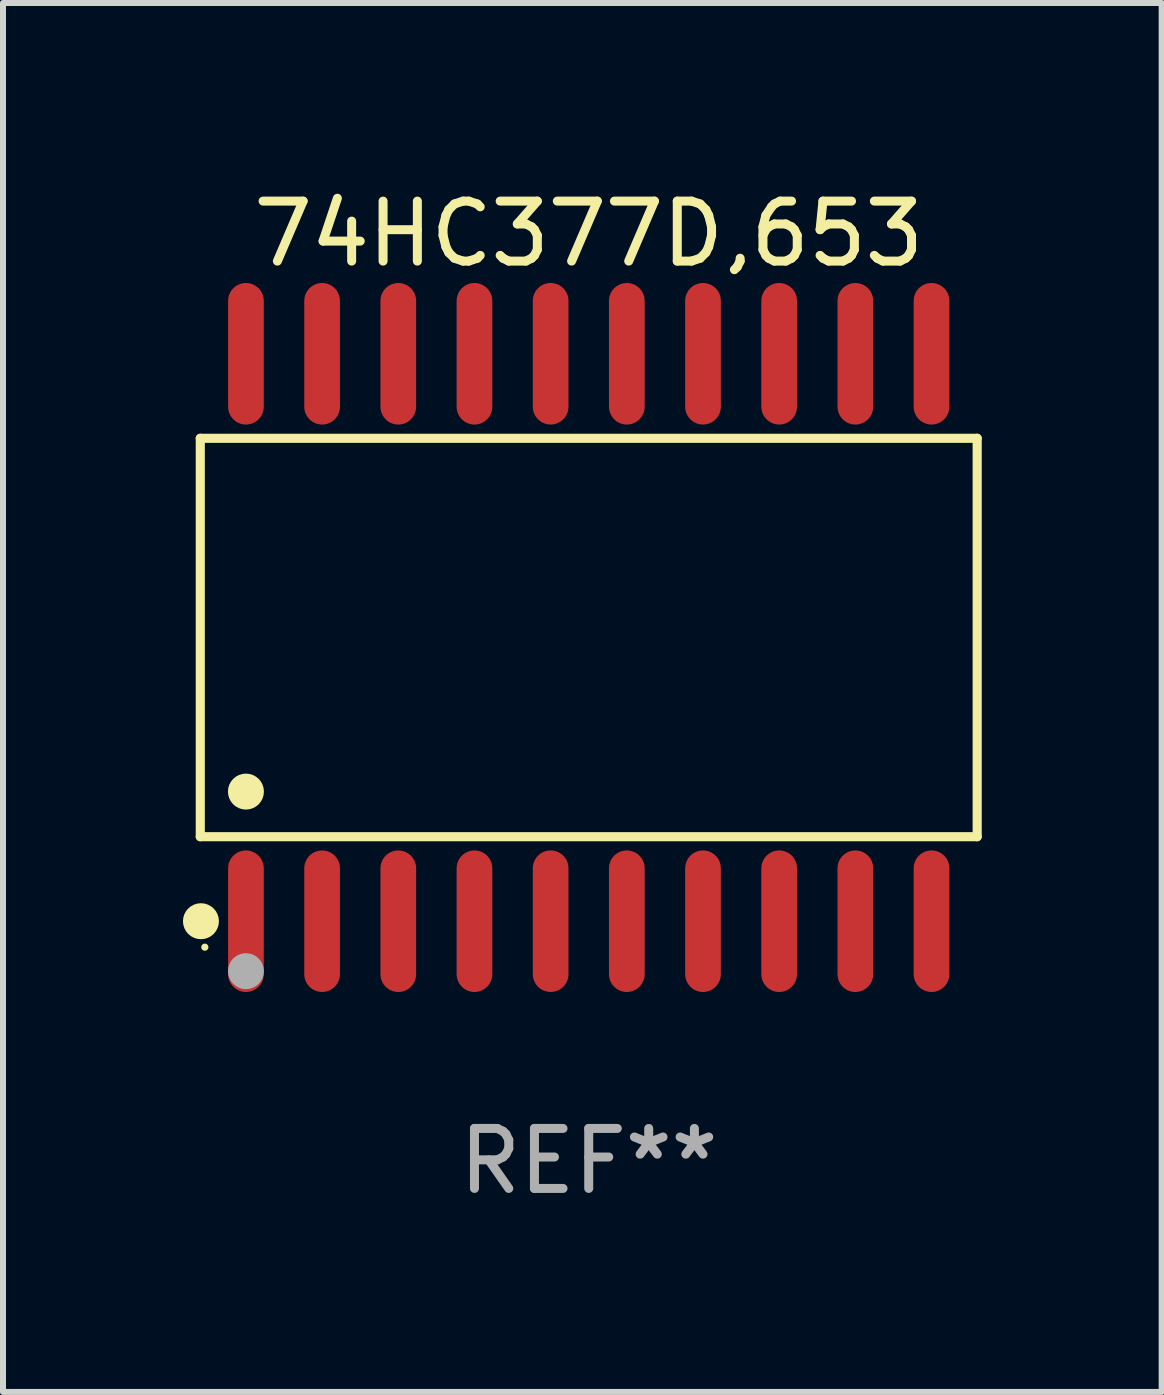
<source format=kicad_pcb>
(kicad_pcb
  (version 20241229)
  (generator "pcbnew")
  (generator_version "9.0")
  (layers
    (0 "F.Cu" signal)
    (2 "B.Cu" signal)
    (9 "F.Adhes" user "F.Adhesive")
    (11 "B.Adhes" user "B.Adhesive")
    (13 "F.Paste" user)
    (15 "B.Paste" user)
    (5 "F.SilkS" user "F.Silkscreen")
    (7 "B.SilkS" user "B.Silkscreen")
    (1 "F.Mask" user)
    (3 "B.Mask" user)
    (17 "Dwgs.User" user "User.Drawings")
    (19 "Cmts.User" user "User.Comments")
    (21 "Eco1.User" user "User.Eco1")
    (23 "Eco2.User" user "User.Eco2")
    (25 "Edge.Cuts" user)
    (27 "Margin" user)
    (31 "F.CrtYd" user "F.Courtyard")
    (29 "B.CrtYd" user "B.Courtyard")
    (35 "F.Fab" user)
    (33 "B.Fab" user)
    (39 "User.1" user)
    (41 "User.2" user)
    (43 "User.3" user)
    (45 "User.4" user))
  (footprint "74HC377D,653"
    (layer "F.Cu")
    (at 6.765 7.578)
    (property "Reference" "74HC377D,653" (at 0 -6.73 0) (layer "F.SilkS") (effects (font (size 1 1) (thickness 0.15))))
    (attr through_hole)
    (fp_line (start -6.476 -3.321) (end 6.476 -3.321) (stroke (width 0.152) (type solid)) (layer "F.SilkS"))
    (fp_line (start -6.476 3.321) (end -6.476 -3.321) (stroke (width 0.152) (type solid)) (layer "F.SilkS"))
    (fp_line (start 6.476 -3.321) (end 6.476 3.321) (stroke (width 0.152) (type solid)) (layer "F.SilkS"))
    (fp_line (start 6.476 3.321) (end -6.476 3.321) (stroke (width 0.152) (type solid)) (layer "F.SilkS"))
    (fp_circle (center -6.465 4.73) (end -6.315 4.73) (stroke (width 0.3) (type solid)) (fill no) (layer "F.SilkS"))
    (fp_circle (center -6.4 5.163) (end -6.37 5.163) (stroke (width 0.06) (type solid)) (fill no) (layer "F.SilkS"))
    (fp_circle (center -5.715 2.569) (end -5.565 2.569) (stroke (width 0.3) (type solid)) (fill no) (layer "F.SilkS"))
    (fp_circle (center -5.715 5.563) (end -5.565 5.563) (stroke (width 0.3) (type solid)) (fill no) (layer "F.Fab"))
    (fp_text user "REF**" (at 0 8.73 0) (layer "F.Fab") (effects (font (size 1 1) (thickness 0.15))))
    (pad "1" smd oval (at -5.715 4.73) (size 0.595 2.36) (layers "F.Cu" "F.Mask" "F.Paste"))
    (pad "2" smd oval (at -4.445 4.73) (size 0.595 2.36) (layers "F.Cu" "F.Mask" "F.Paste"))
    (pad "3" smd oval (at -3.175 4.73) (size 0.595 2.36) (layers "F.Cu" "F.Mask" "F.Paste"))
    (pad "4" smd oval (at -1.905 4.73) (size 0.595 2.36) (layers "F.Cu" "F.Mask" "F.Paste"))
    (pad "5" smd oval (at -0.635 4.73) (size 0.595 2.36) (layers "F.Cu" "F.Mask" "F.Paste"))
    (pad "6" smd oval (at 0.635 4.73) (size 0.595 2.36) (layers "F.Cu" "F.Mask" "F.Paste"))
    (pad "7" smd oval (at 1.905 4.73) (size 0.595 2.36) (layers "F.Cu" "F.Mask" "F.Paste"))
    (pad "8" smd oval (at 3.175 4.73) (size 0.595 2.36) (layers "F.Cu" "F.Mask" "F.Paste"))
    (pad "9" smd oval (at 4.445 4.73) (size 0.595 2.36) (layers "F.Cu" "F.Mask" "F.Paste"))
    (pad "10" smd oval (at 5.715 4.73) (size 0.595 2.36) (layers "F.Cu" "F.Mask" "F.Paste"))
    (pad "11" smd oval (at 5.715 -4.73) (size 0.595 2.36) (layers "F.Cu" "F.Mask" "F.Paste"))
    (pad "12" smd oval (at 4.445 -4.73) (size 0.595 2.36) (layers "F.Cu" "F.Mask" "F.Paste"))
    (pad "13" smd oval (at 3.175 -4.73) (size 0.595 2.36) (layers "F.Cu" "F.Mask" "F.Paste"))
    (pad "14" smd oval (at 1.905 -4.73) (size 0.595 2.36) (layers "F.Cu" "F.Mask" "F.Paste"))
    (pad "15" smd oval (at 0.635 -4.73) (size 0.595 2.36) (layers "F.Cu" "F.Mask" "F.Paste"))
    (pad "16" smd oval (at -0.635 -4.73) (size 0.595 2.36) (layers "F.Cu" "F.Mask" "F.Paste"))
    (pad "17" smd oval (at -1.905 -4.73) (size 0.595 2.36) (layers "F.Cu" "F.Mask" "F.Paste"))
    (pad "18" smd oval (at -3.175 -4.73) (size 0.595 2.36) (layers "F.Cu" "F.Mask" "F.Paste"))
    (pad "19" smd oval (at -4.445 -4.73) (size 0.595 2.36) (layers "F.Cu" "F.Mask" "F.Paste"))
    (pad "20" smd oval (at -5.715 -4.73) (size 0.595 2.36) (layers "F.Cu" "F.Mask" "F.Paste")))
  (gr_rect
    (start -3 -3)
    (end 16.317 20.156)
    (stroke (width 0.1) (type default))
    (fill no)
    (layer "Edge.Cuts")))
</source>
